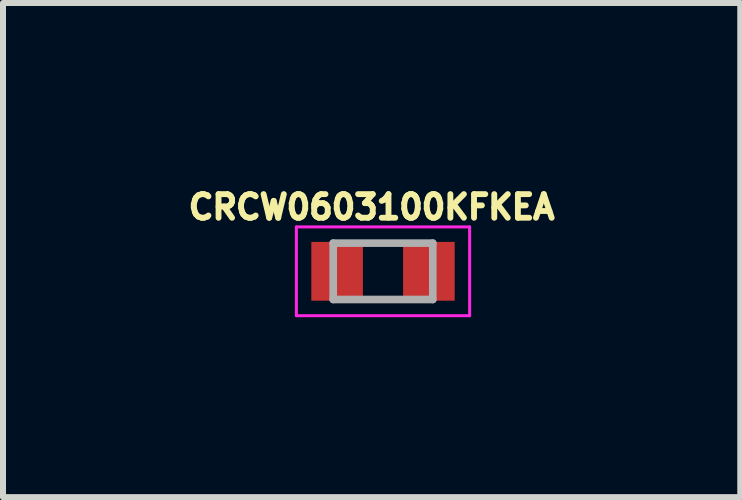
<source format=kicad_pcb>
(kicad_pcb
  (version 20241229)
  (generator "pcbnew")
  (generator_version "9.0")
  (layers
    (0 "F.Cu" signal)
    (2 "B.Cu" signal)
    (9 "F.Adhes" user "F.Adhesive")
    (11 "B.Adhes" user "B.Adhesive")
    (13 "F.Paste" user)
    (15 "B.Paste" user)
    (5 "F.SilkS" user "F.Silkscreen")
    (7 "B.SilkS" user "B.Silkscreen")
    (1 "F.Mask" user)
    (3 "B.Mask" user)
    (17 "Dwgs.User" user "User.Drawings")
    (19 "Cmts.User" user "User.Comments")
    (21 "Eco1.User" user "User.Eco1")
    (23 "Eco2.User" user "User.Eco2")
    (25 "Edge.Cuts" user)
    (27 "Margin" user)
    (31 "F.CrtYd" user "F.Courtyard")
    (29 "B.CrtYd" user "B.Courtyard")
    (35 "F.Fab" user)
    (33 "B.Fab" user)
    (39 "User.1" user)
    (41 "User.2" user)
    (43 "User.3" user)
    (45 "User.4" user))
  (footprint "CRCW0603100KFKEA"
    (layer "F.Cu")
    (at 3.335 1.473)
    (property "Reference" "CRCW0603100KFKEA" (at -0.19 -1.07 0) (layer "F.SilkS") (effects (font (size 0.394 0.394) (thickness 0.098))))
    (attr smd)
    (fp_line (start -1.444 -0.74) (end 1.444 -0.74) (stroke (width 0.05) (type solid)) (layer "F.CrtYd"))
    (fp_line (start -1.444 0.74) (end -1.444 -0.74) (stroke (width 0.05) (type solid)) (layer "F.CrtYd"))
    (fp_line (start -1.444 0.74) (end 1.444 0.74) (stroke (width 0.05) (type solid)) (layer "F.CrtYd"))
    (fp_line (start 1.444 0.74) (end 1.444 -0.74) (stroke (width 0.05) (type solid)) (layer "F.CrtYd"))
    (fp_line (start -0.83 0.47) (end -0.83 -0.47) (stroke (width 0.127) (type solid)) (layer "F.Fab"))
    (fp_line (start 0.83 -0.47) (end -0.83 -0.47) (stroke (width 0.127) (type solid)) (layer "F.Fab"))
    (fp_line (start 0.83 0.47) (end -0.83 0.47) (stroke (width 0.127) (type solid)) (layer "F.Fab"))
    (fp_line (start 0.83 0.47) (end 0.83 -0.47) (stroke (width 0.127) (type solid)) (layer "F.Fab"))
    (pad "1" smd rect (at -0.765 0) (size 0.86 0.98) (layers "F.Cu" "F.Mask" "F.Paste"))
    (pad "2" smd rect (at 0.765 0) (size 0.86 0.98) (layers "F.Cu" "F.Mask" "F.Paste")))
  (gr_rect
    (start -3 -3)
    (end 9.291 5.238)
    (stroke (width 0.1) (type default))
    (fill no)
    (layer "Edge.Cuts")))
</source>
